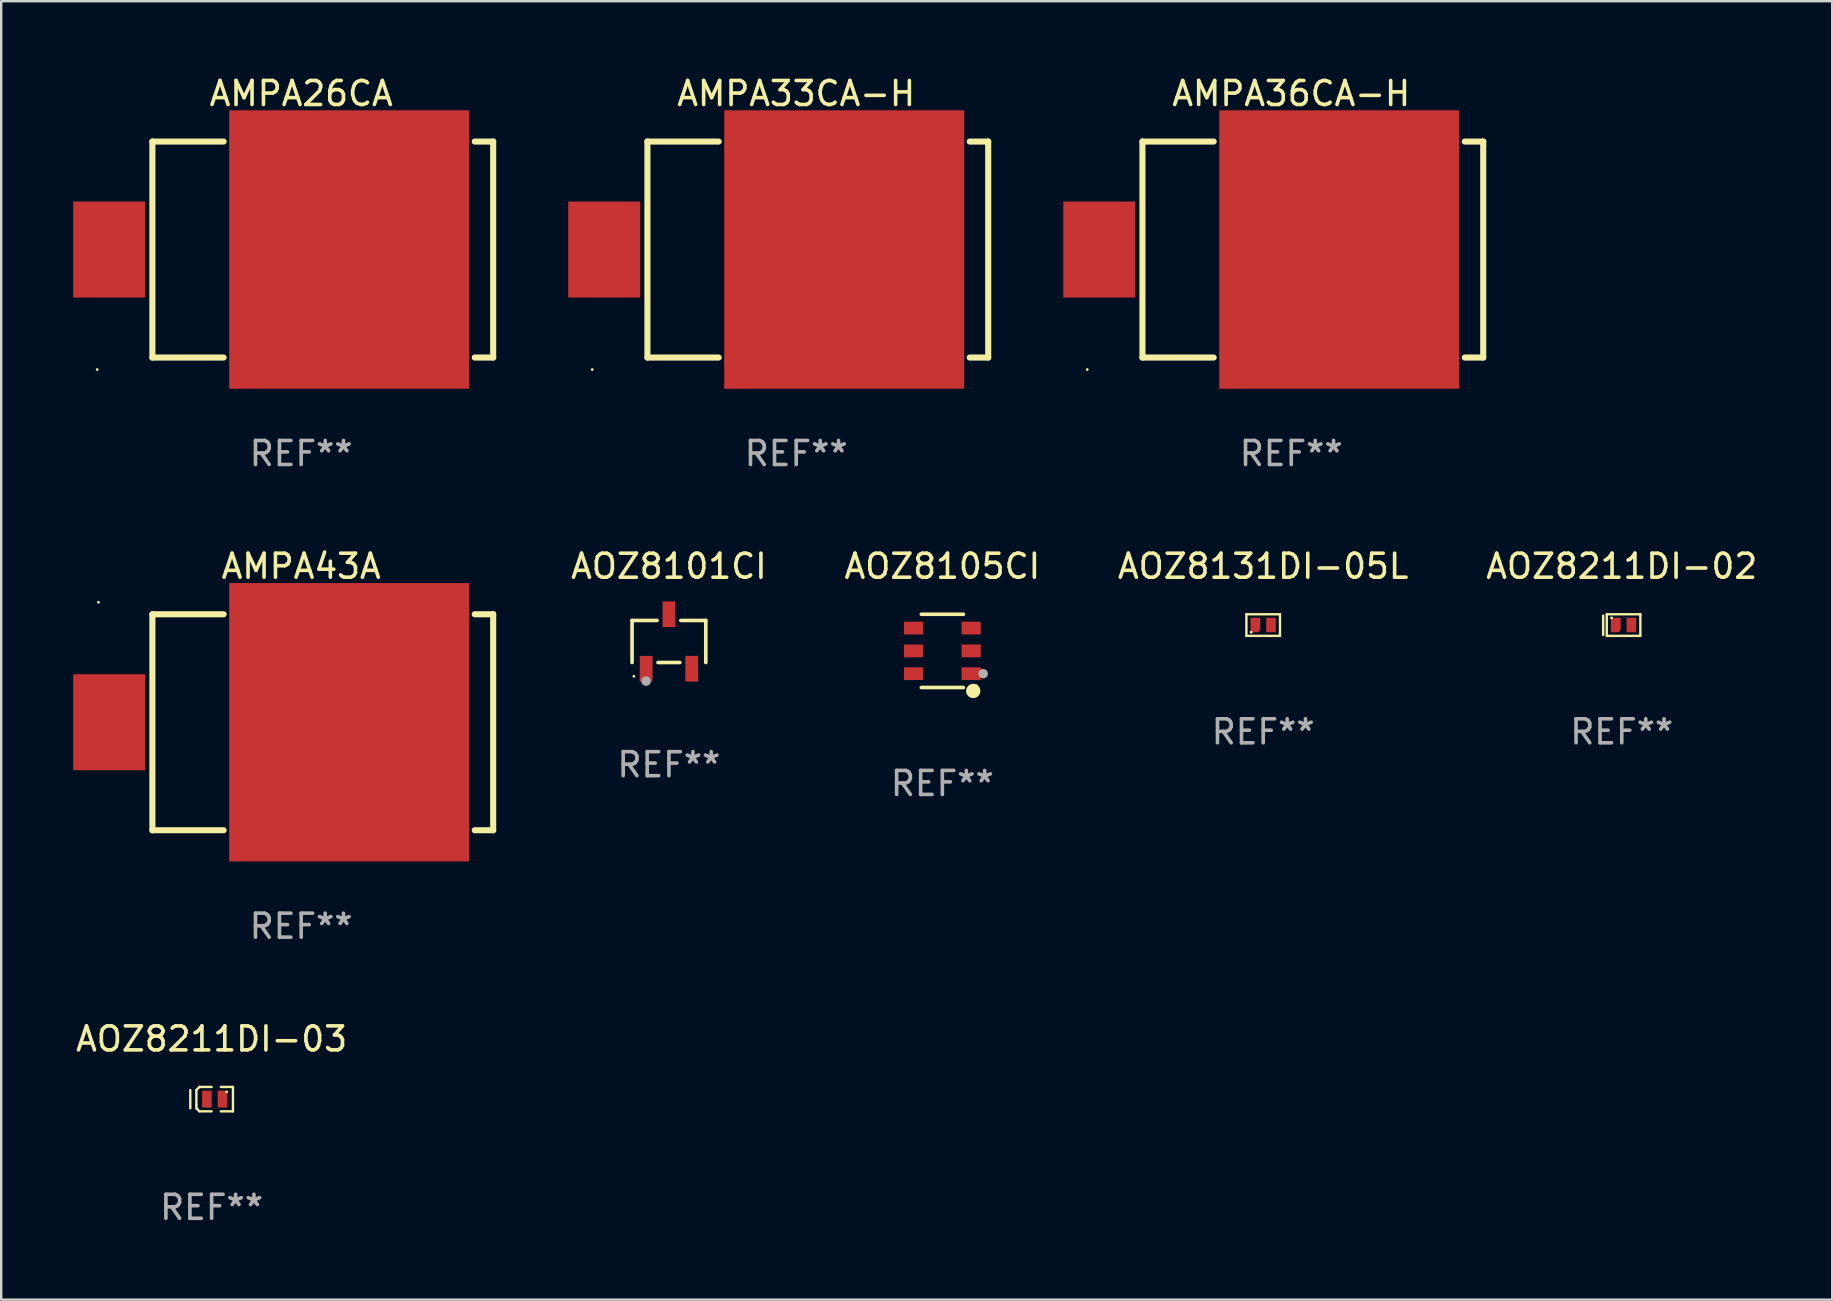
<source format=kicad_pcb>
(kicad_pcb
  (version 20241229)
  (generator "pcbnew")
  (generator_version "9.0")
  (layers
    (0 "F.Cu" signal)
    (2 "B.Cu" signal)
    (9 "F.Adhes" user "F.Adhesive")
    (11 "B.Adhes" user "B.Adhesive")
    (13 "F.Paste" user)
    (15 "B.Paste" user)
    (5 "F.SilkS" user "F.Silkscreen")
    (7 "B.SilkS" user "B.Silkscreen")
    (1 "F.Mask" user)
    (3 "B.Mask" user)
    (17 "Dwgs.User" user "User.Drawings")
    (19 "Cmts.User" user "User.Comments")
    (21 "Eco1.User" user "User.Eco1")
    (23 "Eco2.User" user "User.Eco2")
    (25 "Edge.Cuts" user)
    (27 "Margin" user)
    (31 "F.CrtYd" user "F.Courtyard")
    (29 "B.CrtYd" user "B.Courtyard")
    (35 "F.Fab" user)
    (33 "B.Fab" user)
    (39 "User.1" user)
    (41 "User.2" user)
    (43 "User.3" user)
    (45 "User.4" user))
  (footprint "AMPA36CA-H"
    (layer "F.Cu")
    (at 50.754 7.348)
    (property "Reference" "AMPA36CA-H" (at 0 -6.5 0) (layer "F.SilkS") (effects (font (size 1 1) (thickness 0.15))))
    (attr through_hole)
    (fp_line (start -6.2 -4.5) (end -6.2 4.5) (stroke (width 0.254) (type solid)) (layer "F.SilkS"))
    (fp_line (start -6.2 -4.5) (end -3.231 -4.5) (stroke (width 0.254) (type solid)) (layer "F.SilkS"))
    (fp_line (start -6.2 4.5) (end -3.231 4.5) (stroke (width 0.254) (type solid)) (layer "F.SilkS"))
    (fp_line (start 7.231 -4.5) (end 8 -4.5) (stroke (width 0.254) (type solid)) (layer "F.SilkS"))
    (fp_line (start 7.231 4.5) (end 8 4.5) (stroke (width 0.254) (type solid)) (layer "F.SilkS"))
    (fp_line (start 8 -4.5) (end 8 4.5) (stroke (width 0.254) (type solid)) (layer "F.SilkS"))
    (fp_circle (center -8.5 5) (end -8.47 5) (stroke (width 0.06) (type solid)) (fill no) (layer "F.SilkS"))
    (fp_text user "REF**" (at 0 8.5 0) (layer "F.Fab") (effects (font (size 1 1) (thickness 0.15))))
    (pad "1" smd rect (at -8 0 180) (size 3 4) (layers "F.Cu" "F.Mask" "F.Paste"))
    (pad "2" smd rect (at 2 0 180) (size 10 11.6) (layers "F.Cu" "F.Mask" "F.Paste")))
  (footprint "AMPA33CA-H"
    (layer "F.Cu")
    (at 30.127 7.348)
    (property "Reference" "AMPA33CA-H" (at 0 -6.5 0) (layer "F.SilkS") (effects (font (size 1 1) (thickness 0.15))))
    (attr through_hole)
    (fp_line (start -6.2 -4.5) (end -6.2 4.5) (stroke (width 0.254) (type solid)) (layer "F.SilkS"))
    (fp_line (start -6.2 -4.5) (end -3.231 -4.5) (stroke (width 0.254) (type solid)) (layer "F.SilkS"))
    (fp_line (start -6.2 4.5) (end -3.231 4.5) (stroke (width 0.254) (type solid)) (layer "F.SilkS"))
    (fp_line (start 7.231 -4.5) (end 8 -4.5) (stroke (width 0.254) (type solid)) (layer "F.SilkS"))
    (fp_line (start 7.231 4.5) (end 8 4.5) (stroke (width 0.254) (type solid)) (layer "F.SilkS"))
    (fp_line (start 8 -4.5) (end 8 4.5) (stroke (width 0.254) (type solid)) (layer "F.SilkS"))
    (fp_circle (center -8.5 5) (end -8.47 5) (stroke (width 0.06) (type solid)) (fill no) (layer "F.SilkS"))
    (fp_text user "REF**" (at 0 8.5 0) (layer "F.Fab") (effects (font (size 1 1) (thickness 0.15))))
    (pad "1" smd rect (at -8 0 180) (size 3 4) (layers "F.Cu" "F.Mask" "F.Paste"))
    (pad "2" smd rect (at 2 0 180) (size 10 11.6) (layers "F.Cu" "F.Mask" "F.Paste")))
  (footprint "AOZ8211DI-03"
    (layer "F.Cu")
    (at 5.768 42.749)
    (property "Reference" "AOZ8211DI-03" (at 0 -2.508 0) (layer "F.SilkS") (effects (font (size 1 1) (thickness 0.15))))
    (attr through_hole)
    (fp_line (start -0.889 -0.381) (end -0.889 0.381) (stroke (width 0.1) (type solid)) (layer "F.SilkS"))
    (fp_line (start -0.635 -0.381) (end -0.635 0.254) (stroke (width 0.1) (type solid)) (layer "F.SilkS"))
    (fp_line (start -0.635 0.254) (end -0.635 0.381) (stroke (width 0.1) (type solid)) (layer "F.SilkS"))
    (fp_line (start -0.635 0.381) (end -0.508 0.508) (stroke (width 0.1) (type solid)) (layer "F.SilkS"))
    (fp_line (start -0.508 -0.508) (end -0.635 -0.381) (stroke (width 0.1) (type solid)) (layer "F.SilkS"))
    (fp_line (start -0.508 0.508) (end 0 0.508) (stroke (width 0.1) (type solid)) (layer "F.SilkS"))
    (fp_line (start 0 -0.508) (end -0.508 -0.508) (stroke (width 0.1) (type solid)) (layer "F.SilkS"))
    (fp_line (start 0.381 -0.508) (end 0.889 -0.508) (stroke (width 0.1) (type solid)) (layer "F.SilkS"))
    (fp_line (start 0.889 -0.508) (end 0.889 0.508) (stroke (width 0.1) (type solid)) (layer "F.SilkS"))
    (fp_line (start 0.889 0.508) (end 0.381 0.508) (stroke (width 0.1) (type solid)) (layer "F.SilkS"))
    (fp_circle (center 0.627 -0.3) (end 0.657 -0.3) (stroke (width 0.06) (type solid)) (fill no) (layer "F.SilkS"))
    (fp_text user "REF**" (at 0 4.508 0) (layer "F.Fab") (effects (font (size 1 1) (thickness 0.15))))
    (pad "1" smd rect (at 0.452 0) (size 0.4 0.7) (layers "F.Cu" "F.Mask" "F.Paste"))
    (pad "2" smd rect (at -0.198 0) (size 0.4 0.7) (layers "F.Cu" "F.Mask" "F.Paste")))
  (footprint "AOZ8105CI"
    (layer "F.Cu")
    (at 36.216 24.071)
    (property "Reference" "AOZ8105CI" (at 0 -3.526 0) (layer "F.SilkS") (effects (font (size 1 1) (thickness 0.15))))
    (attr through_hole)
    (fp_line (start 0.876 -1.526) (end -0.876 -1.526) (stroke (width 0.152) (type solid)) (layer "F.SilkS"))
    (fp_line (start 0.876 1.526) (end -0.876 1.526) (stroke (width 0.152) (type solid)) (layer "F.SilkS"))
    (fp_circle (center 1.287 1.669) (end 1.438 1.669) (stroke (width 0.3) (type solid)) (fill no) (layer "F.SilkS"))
    (fp_circle (center 1.4 1.45) (end 1.43 1.45) (stroke (width 0.06) (type solid)) (fill no) (layer "F.SilkS"))
    (fp_circle (center 1.7 0.95) (end 1.8 0.95) (stroke (width 0.2) (type solid)) (fill no) (layer "F.Fab"))
    (fp_text user "REF**" (at 0 5.526 0) (layer "F.Fab") (effects (font (size 1 1) (thickness 0.15))))
    (pad "1" smd rect (at 1.2 0.95) (size 0.8 0.532) (layers "F.Cu" "F.Mask" "F.Paste"))
    (pad "2" smd rect (at 1.2 0) (size 0.8 0.532) (layers "F.Cu" "F.Mask" "F.Paste"))
    (pad "3" smd rect (at 1.2 -0.95) (size 0.8 0.532) (layers "F.Cu" "F.Mask" "F.Paste"))
    (pad "4" smd rect (at -1.2 -0.95) (size 0.8 0.532) (layers "F.Cu" "F.Mask" "F.Paste"))
    (pad "5" smd rect (at -1.2 0) (size 0.8 0.532) (layers "F.Cu" "F.Mask" "F.Paste"))
    (pad "6" smd rect (at -1.2 0.95) (size 0.8 0.532) (layers "F.Cu" "F.Mask" "F.Paste")))
  (footprint "AMPA26CA"
    (layer "F.Cu")
    (at 9.5 7.348)
    (property "Reference" "AMPA26CA" (at 0 -6.5 0) (layer "F.SilkS") (effects (font (size 1 1) (thickness 0.15))))
    (attr through_hole)
    (fp_line (start -6.2 -4.5) (end -6.2 4.5) (stroke (width 0.254) (type solid)) (layer "F.SilkS"))
    (fp_line (start -6.2 -4.5) (end -3.231 -4.5) (stroke (width 0.254) (type solid)) (layer "F.SilkS"))
    (fp_line (start -6.2 4.5) (end -3.231 4.5) (stroke (width 0.254) (type solid)) (layer "F.SilkS"))
    (fp_line (start 7.231 -4.5) (end 8 -4.5) (stroke (width 0.254) (type solid)) (layer "F.SilkS"))
    (fp_line (start 7.231 4.5) (end 8 4.5) (stroke (width 0.254) (type solid)) (layer "F.SilkS"))
    (fp_line (start 8 -4.5) (end 8 4.5) (stroke (width 0.254) (type solid)) (layer "F.SilkS"))
    (fp_circle (center -8.5 5) (end -8.47 5) (stroke (width 0.06) (type solid)) (fill no) (layer "F.SilkS"))
    (fp_text user "REF**" (at 0 8.5 0) (layer "F.Fab") (effects (font (size 1 1) (thickness 0.15))))
    (pad "1" smd rect (at -8 0 180) (size 3 4) (layers "F.Cu" "F.Mask" "F.Paste"))
    (pad "2" smd rect (at 2 0 180) (size 10 11.6) (layers "F.Cu" "F.Mask" "F.Paste")))
  (footprint "AMPA43A"
    (layer "F.Cu")
    (at 9.5 27.045)
    (property "Reference" "AMPA43A" (at 0 -6.5 0) (layer "F.SilkS") (effects (font (size 1 1) (thickness 0.15))))
    (attr through_hole)
    (fp_line (start -6.2 -4.5) (end -6.2 4.5) (stroke (width 0.254) (type solid)) (layer "F.SilkS"))
    (fp_line (start -6.2 -4.5) (end -3.231 -4.5) (stroke (width 0.254) (type solid)) (layer "F.SilkS"))
    (fp_line (start -6.2 4.5) (end -3.231 4.5) (stroke (width 0.254) (type solid)) (layer "F.SilkS"))
    (fp_line (start 7.231 -4.5) (end 8 -4.5) (stroke (width 0.254) (type solid)) (layer "F.SilkS"))
    (fp_line (start 7.231 4.5) (end 8 4.5) (stroke (width 0.254) (type solid)) (layer "F.SilkS"))
    (fp_line (start 8 -4.5) (end 8 4.5) (stroke (width 0.254) (type solid)) (layer "F.SilkS"))
    (fp_circle (center -8.45 -5) (end -8.42 -5) (stroke (width 0.06) (type solid)) (fill no) (layer "F.SilkS"))
    (fp_text user "REF**" (at 0 8.5 0) (layer "F.Fab") (effects (font (size 1 1) (thickness 0.15))))
    (pad "1" smd rect (at -8 -0.000076 180) (size 3 4) (layers "F.Cu" "F.Mask" "F.Paste"))
    (pad "2" smd rect (at 2 -0.000076 180) (size 10 11.6) (layers "F.Cu" "F.Mask" "F.Paste")))
  (footprint "AOZ8211DI-02"
    (layer "F.Cu")
    (at 64.526 22.995)
    (property "Reference" "AOZ8211DI-02" (at 0 -2.45 0) (layer "F.SilkS") (effects (font (size 1 1) (thickness 0.15))))
    (attr through_hole)
    (fp_line (start -0.775 -0.39) (end -0.775 0.41) (stroke (width 0.102) (type solid)) (layer "F.SilkS"))
    (fp_line (start -0.625 -0.45) (end -0.625 0.45) (stroke (width 0.1) (type solid)) (layer "F.SilkS"))
    (fp_line (start -0.625 -0.45) (end 0.775 -0.45) (stroke (width 0.1) (type solid)) (layer "F.SilkS"))
    (fp_line (start -0.625 0.45) (end 0.765 0.45) (stroke (width 0.1) (type solid)) (layer "F.SilkS"))
    (fp_line (start 0.775 -0.45) (end 0.775 0.45) (stroke (width 0.1) (type solid)) (layer "F.SilkS"))
    (fp_circle (center -0.425 -0.3) (end -0.395 -0.3) (stroke (width 0.06) (type solid)) (fill no) (layer "F.SilkS"))
    (fp_text user "REF**" (at 0 4.45 0) (layer "F.Fab") (effects (font (size 1 1) (thickness 0.15))))
    (pad "1" smd custom (at -0.25 0) (size 0.41 0.6) (layers "F.Cu" "F.Mask" "F.Paste") (options (anchor circle)) (primitives (gr_poly (pts (xy -0.205 -0.3) (xy -0.205 0.3) (xy 0.125 0.3) (xy 0.205 0.2) (xy 0.205 -0.3) (xy -0.205 -0.3)) (width 0) (fill yes))))
    (pad "2" smd rect (at 0.4 0 90) (size 0.6 0.4) (layers "F.Cu" "F.Mask" "F.Paste")))
  (footprint "AOZ8131DI-05L"
    (layer "F.Cu")
    (at 49.585 22.995)
    (property "Reference" "AOZ8131DI-05L" (at 0 -2.45 0) (layer "F.SilkS") (effects (font (size 1 1) (thickness 0.15))))
    (attr through_hole)
    (fp_line (start -0.7 -0.45) (end -0.7 0.45) (stroke (width 0.1) (type solid)) (layer "F.SilkS"))
    (fp_line (start -0.7 -0.45) (end 0.7 -0.45) (stroke (width 0.1) (type solid)) (layer "F.SilkS"))
    (fp_line (start -0.7 0.45) (end 0.69 0.45) (stroke (width 0.1) (type solid)) (layer "F.SilkS"))
    (fp_line (start 0.7 -0.45) (end 0.7 0.45) (stroke (width 0.1) (type solid)) (layer "F.SilkS"))
    (fp_circle (center -0.5 0.3) (end -0.47 0.3) (stroke (width 0.06) (type solid)) (fill no) (layer "F.SilkS"))
    (fp_text user "REF**" (at 0 4.45 0) (layer "F.Fab") (effects (font (size 1 1) (thickness 0.15))))
    (pad "1" smd custom (at -0.325 0) (size 0.41 0.6) (layers "F.Cu" "F.Mask" "F.Paste") (options (anchor circle)) (primitives (gr_poly (pts (xy -0.205 -0.3) (xy -0.205 0.3) (xy 0.125 0.3) (xy 0.205 0.2) (xy 0.205 -0.3) (xy -0.205 -0.3)) (width 0) (fill yes))))
    (pad "2" smd rect (at 0.325 0 90) (size 0.6 0.4) (layers "F.Cu" "F.Mask" "F.Paste")))
  (footprint "AOZ8101CI"
    (layer "F.Cu")
    (at 24.823 23.68)
    (property "Reference" "AOZ8101CI" (at 0 -3.135 0) (layer "F.SilkS") (effects (font (size 1 1) (thickness 0.15))))
    (attr through_hole)
    (fp_line (start -1.536 -0.876) (end -0.495 -0.876) (stroke (width 0.152) (type solid)) (layer "F.SilkS"))
    (fp_line (start -1.536 0.876) (end -1.536 -0.876) (stroke (width 0.152) (type solid)) (layer "F.SilkS"))
    (fp_line (start 0.455 0.876) (end -0.455 0.876) (stroke (width 0.152) (type solid)) (layer "F.SilkS"))
    (fp_line (start 1.536 -0.876) (end 0.495 -0.876) (stroke (width 0.152) (type solid)) (layer "F.SilkS"))
    (fp_line (start 1.536 0.876) (end 1.536 -0.876) (stroke (width 0.152) (type solid)) (layer "F.SilkS"))
    (fp_circle (center -1.46 1.45) (end -1.43 1.45) (stroke (width 0.06) (type solid)) (fill no) (layer "F.SilkS"))
    (fp_circle (center -0.95 1.651) (end -0.85 1.651) (stroke (width 0.2) (type solid)) (fill no) (layer "F.Fab"))
    (fp_text user "REF**" (at 0 5.135 0) (layer "F.Fab") (effects (font (size 1 1) (thickness 0.15))))
    (pad "1" smd rect (at -0.95 1.135 270) (size 1.07 0.532) (layers "F.Cu" "F.Mask" "F.Paste"))
    (pad "2" smd rect (at 0.95 1.135 270) (size 1.07 0.532) (layers "F.Cu" "F.Mask" "F.Paste"))
    (pad "3" smd rect (at 0.000025 -1.135 270) (size 1.07 0.532) (layers "F.Cu" "F.Mask" "F.Paste")))
  (gr_rect
    (start -3 -3)
    (end 73.294 51.106)
    (stroke (width 0.1) (type default))
    (fill no)
    (layer "Edge.Cuts")))
</source>
